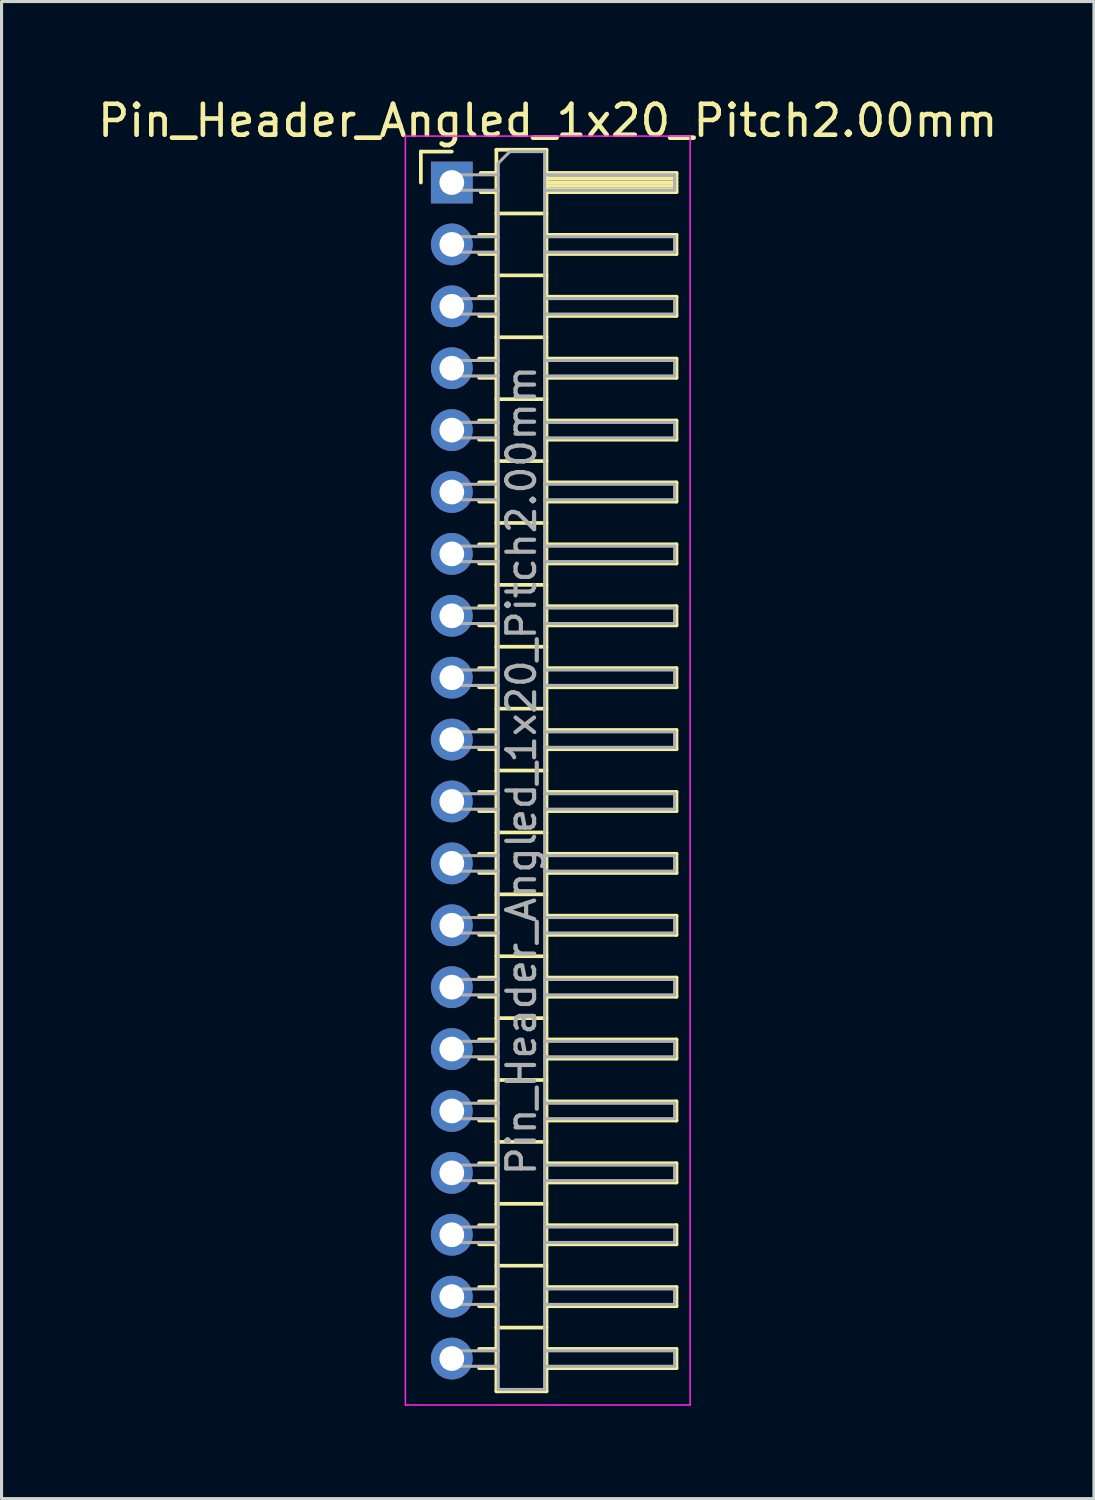
<source format=kicad_pcb>
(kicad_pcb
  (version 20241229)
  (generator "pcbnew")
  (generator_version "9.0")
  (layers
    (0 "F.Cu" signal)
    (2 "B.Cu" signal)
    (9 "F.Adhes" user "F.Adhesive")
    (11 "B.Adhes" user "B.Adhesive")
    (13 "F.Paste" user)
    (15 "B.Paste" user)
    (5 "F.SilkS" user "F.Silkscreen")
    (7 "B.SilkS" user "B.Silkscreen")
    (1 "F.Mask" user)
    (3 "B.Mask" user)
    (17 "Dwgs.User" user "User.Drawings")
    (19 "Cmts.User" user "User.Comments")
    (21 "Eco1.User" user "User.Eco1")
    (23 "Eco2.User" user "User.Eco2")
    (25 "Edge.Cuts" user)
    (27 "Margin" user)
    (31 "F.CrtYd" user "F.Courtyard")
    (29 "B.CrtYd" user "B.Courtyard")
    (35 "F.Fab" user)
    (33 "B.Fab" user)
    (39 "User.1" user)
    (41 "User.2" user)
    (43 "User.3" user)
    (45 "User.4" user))
  (footprint "Pin_Header_Angled_1x20_Pitch2.00mm"
    (layer "F.Cu")
    (at 11.549 2.848)
    (property "Reference" "Pin_Header_Angled_1x20_Pitch2.00mm" (at 3.1 -2 0) (layer "F.SilkS") (effects (font (size 1 1) (thickness 0.15))))
    (attr through_hole)
    (fp_line (start -1 -1) (end 0 -1) (stroke (width 0.12) (type solid)) (layer "F.SilkS"))
    (fp_line (start -1 0) (end -1 -1) (stroke (width 0.12) (type solid)) (layer "F.SilkS"))
    (fp_line (start 0.882 1.69) (end 1.44 1.69) (stroke (width 0.12) (type solid)) (layer "F.SilkS"))
    (fp_line (start 0.882 2.31) (end 1.44 2.31) (stroke (width 0.12) (type solid)) (layer "F.SilkS"))
    (fp_line (start 0.882 3.69) (end 1.44 3.69) (stroke (width 0.12) (type solid)) (layer "F.SilkS"))
    (fp_line (start 0.882 4.31) (end 1.44 4.31) (stroke (width 0.12) (type solid)) (layer "F.SilkS"))
    (fp_line (start 0.882 5.69) (end 1.44 5.69) (stroke (width 0.12) (type solid)) (layer "F.SilkS"))
    (fp_line (start 0.882 6.31) (end 1.44 6.31) (stroke (width 0.12) (type solid)) (layer "F.SilkS"))
    (fp_line (start 0.882 7.69) (end 1.44 7.69) (stroke (width 0.12) (type solid)) (layer "F.SilkS"))
    (fp_line (start 0.882 8.31) (end 1.44 8.31) (stroke (width 0.12) (type solid)) (layer "F.SilkS"))
    (fp_line (start 0.882 9.69) (end 1.44 9.69) (stroke (width 0.12) (type solid)) (layer "F.SilkS"))
    (fp_line (start 0.882 10.31) (end 1.44 10.31) (stroke (width 0.12) (type solid)) (layer "F.SilkS"))
    (fp_line (start 0.882 11.69) (end 1.44 11.69) (stroke (width 0.12) (type solid)) (layer "F.SilkS"))
    (fp_line (start 0.882 12.31) (end 1.44 12.31) (stroke (width 0.12) (type solid)) (layer "F.SilkS"))
    (fp_line (start 0.882 13.69) (end 1.44 13.69) (stroke (width 0.12) (type solid)) (layer "F.SilkS"))
    (fp_line (start 0.882 14.31) (end 1.44 14.31) (stroke (width 0.12) (type solid)) (layer "F.SilkS"))
    (fp_line (start 0.882 15.69) (end 1.44 15.69) (stroke (width 0.12) (type solid)) (layer "F.SilkS"))
    (fp_line (start 0.882 16.31) (end 1.44 16.31) (stroke (width 0.12) (type solid)) (layer "F.SilkS"))
    (fp_line (start 0.882 17.69) (end 1.44 17.69) (stroke (width 0.12) (type solid)) (layer "F.SilkS"))
    (fp_line (start 0.882 18.31) (end 1.44 18.31) (stroke (width 0.12) (type solid)) (layer "F.SilkS"))
    (fp_line (start 0.882 19.69) (end 1.44 19.69) (stroke (width 0.12) (type solid)) (layer "F.SilkS"))
    (fp_line (start 0.882 20.31) (end 1.44 20.31) (stroke (width 0.12) (type solid)) (layer "F.SilkS"))
    (fp_line (start 0.882 21.69) (end 1.44 21.69) (stroke (width 0.12) (type solid)) (layer "F.SilkS"))
    (fp_line (start 0.882 22.31) (end 1.44 22.31) (stroke (width 0.12) (type solid)) (layer "F.SilkS"))
    (fp_line (start 0.882 23.69) (end 1.44 23.69) (stroke (width 0.12) (type solid)) (layer "F.SilkS"))
    (fp_line (start 0.882 24.31) (end 1.44 24.31) (stroke (width 0.12) (type solid)) (layer "F.SilkS"))
    (fp_line (start 0.882 25.69) (end 1.44 25.69) (stroke (width 0.12) (type solid)) (layer "F.SilkS"))
    (fp_line (start 0.882 26.31) (end 1.44 26.31) (stroke (width 0.12) (type solid)) (layer "F.SilkS"))
    (fp_line (start 0.882 27.69) (end 1.44 27.69) (stroke (width 0.12) (type solid)) (layer "F.SilkS"))
    (fp_line (start 0.882 28.31) (end 1.44 28.31) (stroke (width 0.12) (type solid)) (layer "F.SilkS"))
    (fp_line (start 0.882 29.69) (end 1.44 29.69) (stroke (width 0.12) (type solid)) (layer "F.SilkS"))
    (fp_line (start 0.882 30.31) (end 1.44 30.31) (stroke (width 0.12) (type solid)) (layer "F.SilkS"))
    (fp_line (start 0.882 31.69) (end 1.44 31.69) (stroke (width 0.12) (type solid)) (layer "F.SilkS"))
    (fp_line (start 0.882 32.31) (end 1.44 32.31) (stroke (width 0.12) (type solid)) (layer "F.SilkS"))
    (fp_line (start 0.882 33.69) (end 1.44 33.69) (stroke (width 0.12) (type solid)) (layer "F.SilkS"))
    (fp_line (start 0.882 34.31) (end 1.44 34.31) (stroke (width 0.12) (type solid)) (layer "F.SilkS"))
    (fp_line (start 0.882 35.69) (end 1.44 35.69) (stroke (width 0.12) (type solid)) (layer "F.SilkS"))
    (fp_line (start 0.882 36.31) (end 1.44 36.31) (stroke (width 0.12) (type solid)) (layer "F.SilkS"))
    (fp_line (start 0.882 37.69) (end 1.44 37.69) (stroke (width 0.12) (type solid)) (layer "F.SilkS"))
    (fp_line (start 0.882 38.31) (end 1.44 38.31) (stroke (width 0.12) (type solid)) (layer "F.SilkS"))
    (fp_line (start 0.935 -0.31) (end 1.44 -0.31) (stroke (width 0.12) (type solid)) (layer "F.SilkS"))
    (fp_line (start 0.935 0.31) (end 1.44 0.31) (stroke (width 0.12) (type solid)) (layer "F.SilkS"))
    (fp_line (start 1.44 -1.06) (end 1.44 39.06) (stroke (width 0.12) (type solid)) (layer "F.SilkS"))
    (fp_line (start 1.44 1) (end 3.06 1) (stroke (width 0.12) (type solid)) (layer "F.SilkS"))
    (fp_line (start 1.44 3) (end 3.06 3) (stroke (width 0.12) (type solid)) (layer "F.SilkS"))
    (fp_line (start 1.44 5) (end 3.06 5) (stroke (width 0.12) (type solid)) (layer "F.SilkS"))
    (fp_line (start 1.44 7) (end 3.06 7) (stroke (width 0.12) (type solid)) (layer "F.SilkS"))
    (fp_line (start 1.44 9) (end 3.06 9) (stroke (width 0.12) (type solid)) (layer "F.SilkS"))
    (fp_line (start 1.44 11) (end 3.06 11) (stroke (width 0.12) (type solid)) (layer "F.SilkS"))
    (fp_line (start 1.44 13) (end 3.06 13) (stroke (width 0.12) (type solid)) (layer "F.SilkS"))
    (fp_line (start 1.44 15) (end 3.06 15) (stroke (width 0.12) (type solid)) (layer "F.SilkS"))
    (fp_line (start 1.44 17) (end 3.06 17) (stroke (width 0.12) (type solid)) (layer "F.SilkS"))
    (fp_line (start 1.44 19) (end 3.06 19) (stroke (width 0.12) (type solid)) (layer "F.SilkS"))
    (fp_line (start 1.44 21) (end 3.06 21) (stroke (width 0.12) (type solid)) (layer "F.SilkS"))
    (fp_line (start 1.44 23) (end 3.06 23) (stroke (width 0.12) (type solid)) (layer "F.SilkS"))
    (fp_line (start 1.44 25) (end 3.06 25) (stroke (width 0.12) (type solid)) (layer "F.SilkS"))
    (fp_line (start 1.44 27) (end 3.06 27) (stroke (width 0.12) (type solid)) (layer "F.SilkS"))
    (fp_line (start 1.44 29) (end 3.06 29) (stroke (width 0.12) (type solid)) (layer "F.SilkS"))
    (fp_line (start 1.44 31) (end 3.06 31) (stroke (width 0.12) (type solid)) (layer "F.SilkS"))
    (fp_line (start 1.44 33) (end 3.06 33) (stroke (width 0.12) (type solid)) (layer "F.SilkS"))
    (fp_line (start 1.44 35) (end 3.06 35) (stroke (width 0.12) (type solid)) (layer "F.SilkS"))
    (fp_line (start 1.44 37) (end 3.06 37) (stroke (width 0.12) (type solid)) (layer "F.SilkS"))
    (fp_line (start 1.44 39.06) (end 3.06 39.06) (stroke (width 0.12) (type solid)) (layer "F.SilkS"))
    (fp_line (start 3.06 -1.06) (end 1.44 -1.06) (stroke (width 0.12) (type solid)) (layer "F.SilkS"))
    (fp_line (start 3.06 -0.31) (end 7.26 -0.31) (stroke (width 0.12) (type solid)) (layer "F.SilkS"))
    (fp_line (start 3.06 -0.25) (end 7.26 -0.25) (stroke (width 0.12) (type solid)) (layer "F.SilkS"))
    (fp_line (start 3.06 -0.13) (end 7.26 -0.13) (stroke (width 0.12) (type solid)) (layer "F.SilkS"))
    (fp_line (start 3.06 -0.01) (end 7.26 -0.01) (stroke (width 0.12) (type solid)) (layer "F.SilkS"))
    (fp_line (start 3.06 0.11) (end 7.26 0.11) (stroke (width 0.12) (type solid)) (layer "F.SilkS"))
    (fp_line (start 3.06 0.23) (end 7.26 0.23) (stroke (width 0.12) (type solid)) (layer "F.SilkS"))
    (fp_line (start 3.06 1.69) (end 7.26 1.69) (stroke (width 0.12) (type solid)) (layer "F.SilkS"))
    (fp_line (start 3.06 3.69) (end 7.26 3.69) (stroke (width 0.12) (type solid)) (layer "F.SilkS"))
    (fp_line (start 3.06 5.69) (end 7.26 5.69) (stroke (width 0.12) (type solid)) (layer "F.SilkS"))
    (fp_line (start 3.06 7.69) (end 7.26 7.69) (stroke (width 0.12) (type solid)) (layer "F.SilkS"))
    (fp_line (start 3.06 9.69) (end 7.26 9.69) (stroke (width 0.12) (type solid)) (layer "F.SilkS"))
    (fp_line (start 3.06 11.69) (end 7.26 11.69) (stroke (width 0.12) (type solid)) (layer "F.SilkS"))
    (fp_line (start 3.06 13.69) (end 7.26 13.69) (stroke (width 0.12) (type solid)) (layer "F.SilkS"))
    (fp_line (start 3.06 15.69) (end 7.26 15.69) (stroke (width 0.12) (type solid)) (layer "F.SilkS"))
    (fp_line (start 3.06 17.69) (end 7.26 17.69) (stroke (width 0.12) (type solid)) (layer "F.SilkS"))
    (fp_line (start 3.06 19.69) (end 7.26 19.69) (stroke (width 0.12) (type solid)) (layer "F.SilkS"))
    (fp_line (start 3.06 21.69) (end 7.26 21.69) (stroke (width 0.12) (type solid)) (layer "F.SilkS"))
    (fp_line (start 3.06 23.69) (end 7.26 23.69) (stroke (width 0.12) (type solid)) (layer "F.SilkS"))
    (fp_line (start 3.06 25.69) (end 7.26 25.69) (stroke (width 0.12) (type solid)) (layer "F.SilkS"))
    (fp_line (start 3.06 27.69) (end 7.26 27.69) (stroke (width 0.12) (type solid)) (layer "F.SilkS"))
    (fp_line (start 3.06 29.69) (end 7.26 29.69) (stroke (width 0.12) (type solid)) (layer "F.SilkS"))
    (fp_line (start 3.06 31.69) (end 7.26 31.69) (stroke (width 0.12) (type solid)) (layer "F.SilkS"))
    (fp_line (start 3.06 33.69) (end 7.26 33.69) (stroke (width 0.12) (type solid)) (layer "F.SilkS"))
    (fp_line (start 3.06 35.69) (end 7.26 35.69) (stroke (width 0.12) (type solid)) (layer "F.SilkS"))
    (fp_line (start 3.06 37.69) (end 7.26 37.69) (stroke (width 0.12) (type solid)) (layer "F.SilkS"))
    (fp_line (start 3.06 39.06) (end 3.06 -1.06) (stroke (width 0.12) (type solid)) (layer "F.SilkS"))
    (fp_line (start 7.26 -0.31) (end 7.26 0.31) (stroke (width 0.12) (type solid)) (layer "F.SilkS"))
    (fp_line (start 7.26 0.31) (end 3.06 0.31) (stroke (width 0.12) (type solid)) (layer "F.SilkS"))
    (fp_line (start 7.26 1.69) (end 7.26 2.31) (stroke (width 0.12) (type solid)) (layer "F.SilkS"))
    (fp_line (start 7.26 2.31) (end 3.06 2.31) (stroke (width 0.12) (type solid)) (layer "F.SilkS"))
    (fp_line (start 7.26 3.69) (end 7.26 4.31) (stroke (width 0.12) (type solid)) (layer "F.SilkS"))
    (fp_line (start 7.26 4.31) (end 3.06 4.31) (stroke (width 0.12) (type solid)) (layer "F.SilkS"))
    (fp_line (start 7.26 5.69) (end 7.26 6.31) (stroke (width 0.12) (type solid)) (layer "F.SilkS"))
    (fp_line (start 7.26 6.31) (end 3.06 6.31) (stroke (width 0.12) (type solid)) (layer "F.SilkS"))
    (fp_line (start 7.26 7.69) (end 7.26 8.31) (stroke (width 0.12) (type solid)) (layer "F.SilkS"))
    (fp_line (start 7.26 8.31) (end 3.06 8.31) (stroke (width 0.12) (type solid)) (layer "F.SilkS"))
    (fp_line (start 7.26 9.69) (end 7.26 10.31) (stroke (width 0.12) (type solid)) (layer "F.SilkS"))
    (fp_line (start 7.26 10.31) (end 3.06 10.31) (stroke (width 0.12) (type solid)) (layer "F.SilkS"))
    (fp_line (start 7.26 11.69) (end 7.26 12.31) (stroke (width 0.12) (type solid)) (layer "F.SilkS"))
    (fp_line (start 7.26 12.31) (end 3.06 12.31) (stroke (width 0.12) (type solid)) (layer "F.SilkS"))
    (fp_line (start 7.26 13.69) (end 7.26 14.31) (stroke (width 0.12) (type solid)) (layer "F.SilkS"))
    (fp_line (start 7.26 14.31) (end 3.06 14.31) (stroke (width 0.12) (type solid)) (layer "F.SilkS"))
    (fp_line (start 7.26 15.69) (end 7.26 16.31) (stroke (width 0.12) (type solid)) (layer "F.SilkS"))
    (fp_line (start 7.26 16.31) (end 3.06 16.31) (stroke (width 0.12) (type solid)) (layer "F.SilkS"))
    (fp_line (start 7.26 17.69) (end 7.26 18.31) (stroke (width 0.12) (type solid)) (layer "F.SilkS"))
    (fp_line (start 7.26 18.31) (end 3.06 18.31) (stroke (width 0.12) (type solid)) (layer "F.SilkS"))
    (fp_line (start 7.26 19.69) (end 7.26 20.31) (stroke (width 0.12) (type solid)) (layer "F.SilkS"))
    (fp_line (start 7.26 20.31) (end 3.06 20.31) (stroke (width 0.12) (type solid)) (layer "F.SilkS"))
    (fp_line (start 7.26 21.69) (end 7.26 22.31) (stroke (width 0.12) (type solid)) (layer "F.SilkS"))
    (fp_line (start 7.26 22.31) (end 3.06 22.31) (stroke (width 0.12) (type solid)) (layer "F.SilkS"))
    (fp_line (start 7.26 23.69) (end 7.26 24.31) (stroke (width 0.12) (type solid)) (layer "F.SilkS"))
    (fp_line (start 7.26 24.31) (end 3.06 24.31) (stroke (width 0.12) (type solid)) (layer "F.SilkS"))
    (fp_line (start 7.26 25.69) (end 7.26 26.31) (stroke (width 0.12) (type solid)) (layer "F.SilkS"))
    (fp_line (start 7.26 26.31) (end 3.06 26.31) (stroke (width 0.12) (type solid)) (layer "F.SilkS"))
    (fp_line (start 7.26 27.69) (end 7.26 28.31) (stroke (width 0.12) (type solid)) (layer "F.SilkS"))
    (fp_line (start 7.26 28.31) (end 3.06 28.31) (stroke (width 0.12) (type solid)) (layer "F.SilkS"))
    (fp_line (start 7.26 29.69) (end 7.26 30.31) (stroke (width 0.12) (type solid)) (layer "F.SilkS"))
    (fp_line (start 7.26 30.31) (end 3.06 30.31) (stroke (width 0.12) (type solid)) (layer "F.SilkS"))
    (fp_line (start 7.26 31.69) (end 7.26 32.31) (stroke (width 0.12) (type solid)) (layer "F.SilkS"))
    (fp_line (start 7.26 32.31) (end 3.06 32.31) (stroke (width 0.12) (type solid)) (layer "F.SilkS"))
    (fp_line (start 7.26 33.69) (end 7.26 34.31) (stroke (width 0.12) (type solid)) (layer "F.SilkS"))
    (fp_line (start 7.26 34.31) (end 3.06 34.31) (stroke (width 0.12) (type solid)) (layer "F.SilkS"))
    (fp_line (start 7.26 35.69) (end 7.26 36.31) (stroke (width 0.12) (type solid)) (layer "F.SilkS"))
    (fp_line (start 7.26 36.31) (end 3.06 36.31) (stroke (width 0.12) (type solid)) (layer "F.SilkS"))
    (fp_line (start 7.26 37.69) (end 7.26 38.31) (stroke (width 0.12) (type solid)) (layer "F.SilkS"))
    (fp_line (start 7.26 38.31) (end 3.06 38.31) (stroke (width 0.12) (type solid)) (layer "F.SilkS"))
    (fp_line (start -1.5 -1.5) (end -1.5 39.5) (stroke (width 0.05) (type solid)) (layer "F.CrtYd"))
    (fp_line (start -1.5 39.5) (end 7.7 39.5) (stroke (width 0.05) (type solid)) (layer "F.CrtYd"))
    (fp_line (start 7.7 -1.5) (end -1.5 -1.5) (stroke (width 0.05) (type solid)) (layer "F.CrtYd"))
    (fp_line (start 7.7 39.5) (end 7.7 -1.5) (stroke (width 0.05) (type solid)) (layer "F.CrtYd"))
    (fp_line (start -0.25 -0.25) (end -0.25 0.25) (stroke (width 0.1) (type solid)) (layer "F.Fab"))
    (fp_line (start -0.25 -0.25) (end 1.5 -0.25) (stroke (width 0.1) (type solid)) (layer "F.Fab"))
    (fp_line (start -0.25 0.25) (end 1.5 0.25) (stroke (width 0.1) (type solid)) (layer "F.Fab"))
    (fp_line (start -0.25 1.75) (end -0.25 2.25) (stroke (width 0.1) (type solid)) (layer "F.Fab"))
    (fp_line (start -0.25 1.75) (end 1.5 1.75) (stroke (width 0.1) (type solid)) (layer "F.Fab"))
    (fp_line (start -0.25 2.25) (end 1.5 2.25) (stroke (width 0.1) (type solid)) (layer "F.Fab"))
    (fp_line (start -0.25 3.75) (end -0.25 4.25) (stroke (width 0.1) (type solid)) (layer "F.Fab"))
    (fp_line (start -0.25 3.75) (end 1.5 3.75) (stroke (width 0.1) (type solid)) (layer "F.Fab"))
    (fp_line (start -0.25 4.25) (end 1.5 4.25) (stroke (width 0.1) (type solid)) (layer "F.Fab"))
    (fp_line (start -0.25 5.75) (end -0.25 6.25) (stroke (width 0.1) (type solid)) (layer "F.Fab"))
    (fp_line (start -0.25 5.75) (end 1.5 5.75) (stroke (width 0.1) (type solid)) (layer "F.Fab"))
    (fp_line (start -0.25 6.25) (end 1.5 6.25) (stroke (width 0.1) (type solid)) (layer "F.Fab"))
    (fp_line (start -0.25 7.75) (end -0.25 8.25) (stroke (width 0.1) (type solid)) (layer "F.Fab"))
    (fp_line (start -0.25 7.75) (end 1.5 7.75) (stroke (width 0.1) (type solid)) (layer "F.Fab"))
    (fp_line (start -0.25 8.25) (end 1.5 8.25) (stroke (width 0.1) (type solid)) (layer "F.Fab"))
    (fp_line (start -0.25 9.75) (end -0.25 10.25) (stroke (width 0.1) (type solid)) (layer "F.Fab"))
    (fp_line (start -0.25 9.75) (end 1.5 9.75) (stroke (width 0.1) (type solid)) (layer "F.Fab"))
    (fp_line (start -0.25 10.25) (end 1.5 10.25) (stroke (width 0.1) (type solid)) (layer "F.Fab"))
    (fp_line (start -0.25 11.75) (end -0.25 12.25) (stroke (width 0.1) (type solid)) (layer "F.Fab"))
    (fp_line (start -0.25 11.75) (end 1.5 11.75) (stroke (width 0.1) (type solid)) (layer "F.Fab"))
    (fp_line (start -0.25 12.25) (end 1.5 12.25) (stroke (width 0.1) (type solid)) (layer "F.Fab"))
    (fp_line (start -0.25 13.75) (end -0.25 14.25) (stroke (width 0.1) (type solid)) (layer "F.Fab"))
    (fp_line (start -0.25 13.75) (end 1.5 13.75) (stroke (width 0.1) (type solid)) (layer "F.Fab"))
    (fp_line (start -0.25 14.25) (end 1.5 14.25) (stroke (width 0.1) (type solid)) (layer "F.Fab"))
    (fp_line (start -0.25 15.75) (end -0.25 16.25) (stroke (width 0.1) (type solid)) (layer "F.Fab"))
    (fp_line (start -0.25 15.75) (end 1.5 15.75) (stroke (width 0.1) (type solid)) (layer "F.Fab"))
    (fp_line (start -0.25 16.25) (end 1.5 16.25) (stroke (width 0.1) (type solid)) (layer "F.Fab"))
    (fp_line (start -0.25 17.75) (end -0.25 18.25) (stroke (width 0.1) (type solid)) (layer "F.Fab"))
    (fp_line (start -0.25 17.75) (end 1.5 17.75) (stroke (width 0.1) (type solid)) (layer "F.Fab"))
    (fp_line (start -0.25 18.25) (end 1.5 18.25) (stroke (width 0.1) (type solid)) (layer "F.Fab"))
    (fp_line (start -0.25 19.75) (end -0.25 20.25) (stroke (width 0.1) (type solid)) (layer "F.Fab"))
    (fp_line (start -0.25 19.75) (end 1.5 19.75) (stroke (width 0.1) (type solid)) (layer "F.Fab"))
    (fp_line (start -0.25 20.25) (end 1.5 20.25) (stroke (width 0.1) (type solid)) (layer "F.Fab"))
    (fp_line (start -0.25 21.75) (end -0.25 22.25) (stroke (width 0.1) (type solid)) (layer "F.Fab"))
    (fp_line (start -0.25 21.75) (end 1.5 21.75) (stroke (width 0.1) (type solid)) (layer "F.Fab"))
    (fp_line (start -0.25 22.25) (end 1.5 22.25) (stroke (width 0.1) (type solid)) (layer "F.Fab"))
    (fp_line (start -0.25 23.75) (end -0.25 24.25) (stroke (width 0.1) (type solid)) (layer "F.Fab"))
    (fp_line (start -0.25 23.75) (end 1.5 23.75) (stroke (width 0.1) (type solid)) (layer "F.Fab"))
    (fp_line (start -0.25 24.25) (end 1.5 24.25) (stroke (width 0.1) (type solid)) (layer "F.Fab"))
    (fp_line (start -0.25 25.75) (end -0.25 26.25) (stroke (width 0.1) (type solid)) (layer "F.Fab"))
    (fp_line (start -0.25 25.75) (end 1.5 25.75) (stroke (width 0.1) (type solid)) (layer "F.Fab"))
    (fp_line (start -0.25 26.25) (end 1.5 26.25) (stroke (width 0.1) (type solid)) (layer "F.Fab"))
    (fp_line (start -0.25 27.75) (end -0.25 28.25) (stroke (width 0.1) (type solid)) (layer "F.Fab"))
    (fp_line (start -0.25 27.75) (end 1.5 27.75) (stroke (width 0.1) (type solid)) (layer "F.Fab"))
    (fp_line (start -0.25 28.25) (end 1.5 28.25) (stroke (width 0.1) (type solid)) (layer "F.Fab"))
    (fp_line (start -0.25 29.75) (end -0.25 30.25) (stroke (width 0.1) (type solid)) (layer "F.Fab"))
    (fp_line (start -0.25 29.75) (end 1.5 29.75) (stroke (width 0.1) (type solid)) (layer "F.Fab"))
    (fp_line (start -0.25 30.25) (end 1.5 30.25) (stroke (width 0.1) (type solid)) (layer "F.Fab"))
    (fp_line (start -0.25 31.75) (end -0.25 32.25) (stroke (width 0.1) (type solid)) (layer "F.Fab"))
    (fp_line (start -0.25 31.75) (end 1.5 31.75) (stroke (width 0.1) (type solid)) (layer "F.Fab"))
    (fp_line (start -0.25 32.25) (end 1.5 32.25) (stroke (width 0.1) (type solid)) (layer "F.Fab"))
    (fp_line (start -0.25 33.75) (end -0.25 34.25) (stroke (width 0.1) (type solid)) (layer "F.Fab"))
    (fp_line (start -0.25 33.75) (end 1.5 33.75) (stroke (width 0.1) (type solid)) (layer "F.Fab"))
    (fp_line (start -0.25 34.25) (end 1.5 34.25) (stroke (width 0.1) (type solid)) (layer "F.Fab"))
    (fp_line (start -0.25 35.75) (end -0.25 36.25) (stroke (width 0.1) (type solid)) (layer "F.Fab"))
    (fp_line (start -0.25 35.75) (end 1.5 35.75) (stroke (width 0.1) (type solid)) (layer "F.Fab"))
    (fp_line (start -0.25 36.25) (end 1.5 36.25) (stroke (width 0.1) (type solid)) (layer "F.Fab"))
    (fp_line (start -0.25 37.75) (end -0.25 38.25) (stroke (width 0.1) (type solid)) (layer "F.Fab"))
    (fp_line (start -0.25 37.75) (end 1.5 37.75) (stroke (width 0.1) (type solid)) (layer "F.Fab"))
    (fp_line (start -0.25 38.25) (end 1.5 38.25) (stroke (width 0.1) (type solid)) (layer "F.Fab"))
    (fp_line (start 1.5 -0.625) (end 1.875 -1) (stroke (width 0.1) (type solid)) (layer "F.Fab"))
    (fp_line (start 1.5 39) (end 1.5 -0.625) (stroke (width 0.1) (type solid)) (layer "F.Fab"))
    (fp_line (start 1.875 -1) (end 3 -1) (stroke (width 0.1) (type solid)) (layer "F.Fab"))
    (fp_line (start 3 -1) (end 3 39) (stroke (width 0.1) (type solid)) (layer "F.Fab"))
    (fp_line (start 3 -0.25) (end 7.2 -0.25) (stroke (width 0.1) (type solid)) (layer "F.Fab"))
    (fp_line (start 3 0.25) (end 7.2 0.25) (stroke (width 0.1) (type solid)) (layer "F.Fab"))
    (fp_line (start 3 1.75) (end 7.2 1.75) (stroke (width 0.1) (type solid)) (layer "F.Fab"))
    (fp_line (start 3 2.25) (end 7.2 2.25) (stroke (width 0.1) (type solid)) (layer "F.Fab"))
    (fp_line (start 3 3.75) (end 7.2 3.75) (stroke (width 0.1) (type solid)) (layer "F.Fab"))
    (fp_line (start 3 4.25) (end 7.2 4.25) (stroke (width 0.1) (type solid)) (layer "F.Fab"))
    (fp_line (start 3 5.75) (end 7.2 5.75) (stroke (width 0.1) (type solid)) (layer "F.Fab"))
    (fp_line (start 3 6.25) (end 7.2 6.25) (stroke (width 0.1) (type solid)) (layer "F.Fab"))
    (fp_line (start 3 7.75) (end 7.2 7.75) (stroke (width 0.1) (type solid)) (layer "F.Fab"))
    (fp_line (start 3 8.25) (end 7.2 8.25) (stroke (width 0.1) (type solid)) (layer "F.Fab"))
    (fp_line (start 3 9.75) (end 7.2 9.75) (stroke (width 0.1) (type solid)) (layer "F.Fab"))
    (fp_line (start 3 10.25) (end 7.2 10.25) (stroke (width 0.1) (type solid)) (layer "F.Fab"))
    (fp_line (start 3 11.75) (end 7.2 11.75) (stroke (width 0.1) (type solid)) (layer "F.Fab"))
    (fp_line (start 3 12.25) (end 7.2 12.25) (stroke (width 0.1) (type solid)) (layer "F.Fab"))
    (fp_line (start 3 13.75) (end 7.2 13.75) (stroke (width 0.1) (type solid)) (layer "F.Fab"))
    (fp_line (start 3 14.25) (end 7.2 14.25) (stroke (width 0.1) (type solid)) (layer "F.Fab"))
    (fp_line (start 3 15.75) (end 7.2 15.75) (stroke (width 0.1) (type solid)) (layer "F.Fab"))
    (fp_line (start 3 16.25) (end 7.2 16.25) (stroke (width 0.1) (type solid)) (layer "F.Fab"))
    (fp_line (start 3 17.75) (end 7.2 17.75) (stroke (width 0.1) (type solid)) (layer "F.Fab"))
    (fp_line (start 3 18.25) (end 7.2 18.25) (stroke (width 0.1) (type solid)) (layer "F.Fab"))
    (fp_line (start 3 19.75) (end 7.2 19.75) (stroke (width 0.1) (type solid)) (layer "F.Fab"))
    (fp_line (start 3 20.25) (end 7.2 20.25) (stroke (width 0.1) (type solid)) (layer "F.Fab"))
    (fp_line (start 3 21.75) (end 7.2 21.75) (stroke (width 0.1) (type solid)) (layer "F.Fab"))
    (fp_line (start 3 22.25) (end 7.2 22.25) (stroke (width 0.1) (type solid)) (layer "F.Fab"))
    (fp_line (start 3 23.75) (end 7.2 23.75) (stroke (width 0.1) (type solid)) (layer "F.Fab"))
    (fp_line (start 3 24.25) (end 7.2 24.25) (stroke (width 0.1) (type solid)) (layer "F.Fab"))
    (fp_line (start 3 25.75) (end 7.2 25.75) (stroke (width 0.1) (type solid)) (layer "F.Fab"))
    (fp_line (start 3 26.25) (end 7.2 26.25) (stroke (width 0.1) (type solid)) (layer "F.Fab"))
    (fp_line (start 3 27.75) (end 7.2 27.75) (stroke (width 0.1) (type solid)) (layer "F.Fab"))
    (fp_line (start 3 28.25) (end 7.2 28.25) (stroke (width 0.1) (type solid)) (layer "F.Fab"))
    (fp_line (start 3 29.75) (end 7.2 29.75) (stroke (width 0.1) (type solid)) (layer "F.Fab"))
    (fp_line (start 3 30.25) (end 7.2 30.25) (stroke (width 0.1) (type solid)) (layer "F.Fab"))
    (fp_line (start 3 31.75) (end 7.2 31.75) (stroke (width 0.1) (type solid)) (layer "F.Fab"))
    (fp_line (start 3 32.25) (end 7.2 32.25) (stroke (width 0.1) (type solid)) (layer "F.Fab"))
    (fp_line (start 3 33.75) (end 7.2 33.75) (stroke (width 0.1) (type solid)) (layer "F.Fab"))
    (fp_line (start 3 34.25) (end 7.2 34.25) (stroke (width 0.1) (type solid)) (layer "F.Fab"))
    (fp_line (start 3 35.75) (end 7.2 35.75) (stroke (width 0.1) (type solid)) (layer "F.Fab"))
    (fp_line (start 3 36.25) (end 7.2 36.25) (stroke (width 0.1) (type solid)) (layer "F.Fab"))
    (fp_line (start 3 37.75) (end 7.2 37.75) (stroke (width 0.1) (type solid)) (layer "F.Fab"))
    (fp_line (start 3 38.25) (end 7.2 38.25) (stroke (width 0.1) (type solid)) (layer "F.Fab"))
    (fp_line (start 3 39) (end 1.5 39) (stroke (width 0.1) (type solid)) (layer "F.Fab"))
    (fp_line (start 7.2 -0.25) (end 7.2 0.25) (stroke (width 0.1) (type solid)) (layer "F.Fab"))
    (fp_line (start 7.2 1.75) (end 7.2 2.25) (stroke (width 0.1) (type solid)) (layer "F.Fab"))
    (fp_line (start 7.2 3.75) (end 7.2 4.25) (stroke (width 0.1) (type solid)) (layer "F.Fab"))
    (fp_line (start 7.2 5.75) (end 7.2 6.25) (stroke (width 0.1) (type solid)) (layer "F.Fab"))
    (fp_line (start 7.2 7.75) (end 7.2 8.25) (stroke (width 0.1) (type solid)) (layer "F.Fab"))
    (fp_line (start 7.2 9.75) (end 7.2 10.25) (stroke (width 0.1) (type solid)) (layer "F.Fab"))
    (fp_line (start 7.2 11.75) (end 7.2 12.25) (stroke (width 0.1) (type solid)) (layer "F.Fab"))
    (fp_line (start 7.2 13.75) (end 7.2 14.25) (stroke (width 0.1) (type solid)) (layer "F.Fab"))
    (fp_line (start 7.2 15.75) (end 7.2 16.25) (stroke (width 0.1) (type solid)) (layer "F.Fab"))
    (fp_line (start 7.2 17.75) (end 7.2 18.25) (stroke (width 0.1) (type solid)) (layer "F.Fab"))
    (fp_line (start 7.2 19.75) (end 7.2 20.25) (stroke (width 0.1) (type solid)) (layer "F.Fab"))
    (fp_line (start 7.2 21.75) (end 7.2 22.25) (stroke (width 0.1) (type solid)) (layer "F.Fab"))
    (fp_line (start 7.2 23.75) (end 7.2 24.25) (stroke (width 0.1) (type solid)) (layer "F.Fab"))
    (fp_line (start 7.2 25.75) (end 7.2 26.25) (stroke (width 0.1) (type solid)) (layer "F.Fab"))
    (fp_line (start 7.2 27.75) (end 7.2 28.25) (stroke (width 0.1) (type solid)) (layer "F.Fab"))
    (fp_line (start 7.2 29.75) (end 7.2 30.25) (stroke (width 0.1) (type solid)) (layer "F.Fab"))
    (fp_line (start 7.2 31.75) (end 7.2 32.25) (stroke (width 0.1) (type solid)) (layer "F.Fab"))
    (fp_line (start 7.2 33.75) (end 7.2 34.25) (stroke (width 0.1) (type solid)) (layer "F.Fab"))
    (fp_line (start 7.2 35.75) (end 7.2 36.25) (stroke (width 0.1) (type solid)) (layer "F.Fab"))
    (fp_line (start 7.2 37.75) (end 7.2 38.25) (stroke (width 0.1) (type solid)) (layer "F.Fab"))
    (fp_text user "${REFERENCE}" (at 2.25 19 90) (layer "F.Fab") (effects (font (size 0.9 0.9) (thickness 0.135))))
    (pad "1" thru_hole rect (at 0 0) (size 1.35 1.35) (drill 0.8) (layers "*.Cu" "*.Mask"))
    (pad "2" thru_hole oval (at 0 2) (size 1.35 1.35) (drill 0.8) (layers "*.Cu" "*.Mask"))
    (pad "3" thru_hole oval (at 0 4) (size 1.35 1.35) (drill 0.8) (layers "*.Cu" "*.Mask"))
    (pad "4" thru_hole oval (at 0 6) (size 1.35 1.35) (drill 0.8) (layers "*.Cu" "*.Mask"))
    (pad "5" thru_hole oval (at 0 8) (size 1.35 1.35) (drill 0.8) (layers "*.Cu" "*.Mask"))
    (pad "6" thru_hole oval (at 0 10) (size 1.35 1.35) (drill 0.8) (layers "*.Cu" "*.Mask"))
    (pad "7" thru_hole oval (at 0 12) (size 1.35 1.35) (drill 0.8) (layers "*.Cu" "*.Mask"))
    (pad "8" thru_hole oval (at 0 14) (size 1.35 1.35) (drill 0.8) (layers "*.Cu" "*.Mask"))
    (pad "9" thru_hole oval (at 0 16) (size 1.35 1.35) (drill 0.8) (layers "*.Cu" "*.Mask"))
    (pad "10" thru_hole oval (at 0 18) (size 1.35 1.35) (drill 0.8) (layers "*.Cu" "*.Mask"))
    (pad "11" thru_hole oval (at 0 20) (size 1.35 1.35) (drill 0.8) (layers "*.Cu" "*.Mask"))
    (pad "12" thru_hole oval (at 0 22) (size 1.35 1.35) (drill 0.8) (layers "*.Cu" "*.Mask"))
    (pad "13" thru_hole oval (at 0 24) (size 1.35 1.35) (drill 0.8) (layers "*.Cu" "*.Mask"))
    (pad "14" thru_hole oval (at 0 26) (size 1.35 1.35) (drill 0.8) (layers "*.Cu" "*.Mask"))
    (pad "15" thru_hole oval (at 0 28) (size 1.35 1.35) (drill 0.8) (layers "*.Cu" "*.Mask"))
    (pad "16" thru_hole oval (at 0 30) (size 1.35 1.35) (drill 0.8) (layers "*.Cu" "*.Mask"))
    (pad "17" thru_hole oval (at 0 32) (size 1.35 1.35) (drill 0.8) (layers "*.Cu" "*.Mask"))
    (pad "18" thru_hole oval (at 0 34) (size 1.35 1.35) (drill 0.8) (layers "*.Cu" "*.Mask"))
    (pad "19" thru_hole oval (at 0 36) (size 1.35 1.35) (drill 0.8) (layers "*.Cu" "*.Mask"))
    (pad "20" thru_hole oval (at 0 38) (size 1.35 1.35) (drill 0.8) (layers "*.Cu" "*.Mask")))
  (gr_rect
    (start -3 -3)
    (end 32.298 45.373)
    (stroke (width 0.1) (type default))
    (fill no)
    (layer "Edge.Cuts")))
</source>
